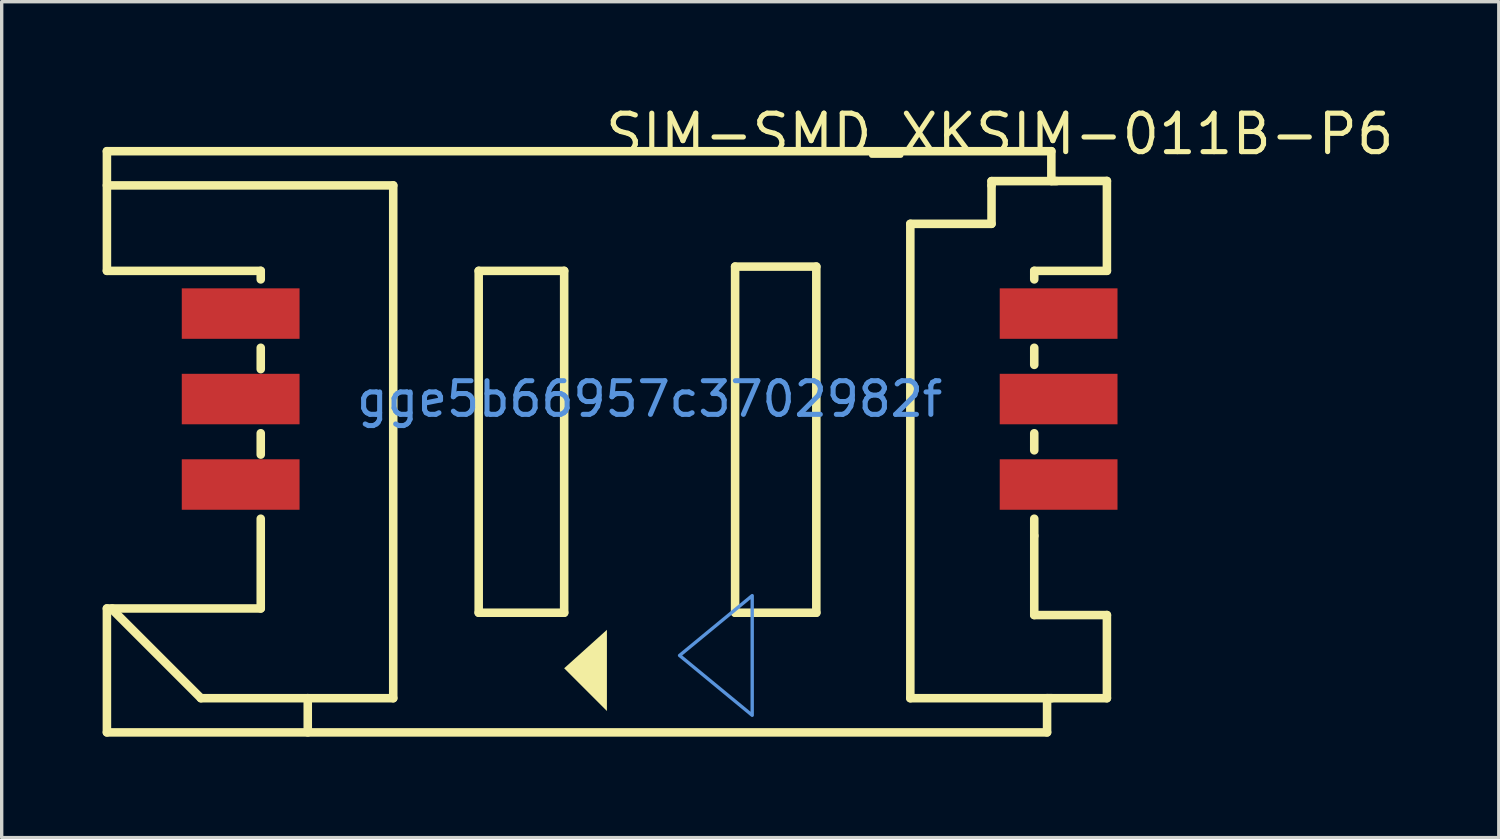
<source format=kicad_pcb>
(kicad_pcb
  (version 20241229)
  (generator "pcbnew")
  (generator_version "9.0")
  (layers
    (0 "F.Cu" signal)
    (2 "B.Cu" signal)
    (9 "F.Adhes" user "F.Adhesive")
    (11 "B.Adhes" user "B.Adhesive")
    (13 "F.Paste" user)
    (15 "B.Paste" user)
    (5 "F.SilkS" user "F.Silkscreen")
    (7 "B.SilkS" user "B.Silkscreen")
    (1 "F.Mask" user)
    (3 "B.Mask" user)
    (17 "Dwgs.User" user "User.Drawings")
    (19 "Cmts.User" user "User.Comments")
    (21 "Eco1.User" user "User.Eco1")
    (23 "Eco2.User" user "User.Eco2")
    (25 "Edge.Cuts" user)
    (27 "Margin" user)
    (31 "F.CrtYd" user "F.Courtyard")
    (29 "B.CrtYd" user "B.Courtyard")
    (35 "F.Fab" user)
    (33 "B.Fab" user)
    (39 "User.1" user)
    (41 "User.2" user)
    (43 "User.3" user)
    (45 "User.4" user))
  (footprint "SIM-SMD_XKSIM-011B-P6"
    (layer "F.Cu")
    (at 16.256 8.809)
    (property "Reference" "SIM-SMD_XKSIM-011B-P6" (at -1.397 -7.874 0) (layer "F.SilkS") (effects (font (size 1.143 1.143) (thickness 0.152)) (justify left)))
    (attr smd)
    (fp_line (start -16.129 -7.366) (end -16.129 -3.81) (stroke (width 0.254) (type solid)) (layer "F.SilkS"))
    (fp_line (start -16.129 -3.81) (end -11.557 -3.81) (stroke (width 0.254) (type solid)) (layer "F.SilkS"))
    (fp_line (start -16.129 6.223) (end -11.557 6.223) (stroke (width 0.254) (type solid)) (layer "F.SilkS"))
    (fp_line (start -16.129 9.906) (end -16.129 6.223) (stroke (width 0.254) (type solid)) (layer "F.SilkS"))
    (fp_line (start -16.129 9.906) (end 11.811 9.906) (stroke (width 0.254) (type solid)) (layer "F.SilkS"))
    (fp_line (start -15.972 6.223) (end -15.972 6.253) (stroke (width 0.254) (type solid)) (layer "F.SilkS"))
    (fp_line (start -15.972 6.253) (end -13.335 8.89) (stroke (width 0.254) (type solid)) (layer "F.SilkS"))
    (fp_line (start -13.335 8.89) (end -10.16 8.89) (stroke (width 0.254) (type solid)) (layer "F.SilkS"))
    (fp_line (start -11.557 -3.81) (end -11.557 -3.556) (stroke (width 0.254) (type solid)) (layer "F.SilkS"))
    (fp_line (start -11.557 -0.889) (end -11.557 -1.524) (stroke (width 0.254) (type solid)) (layer "F.SilkS"))
    (fp_line (start -11.557 1.651) (end -11.557 1.016) (stroke (width 0.254) (type solid)) (layer "F.SilkS"))
    (fp_line (start -11.557 6.223) (end -11.557 3.556) (stroke (width 0.254) (type solid)) (layer "F.SilkS"))
    (fp_line (start -10.16 8.89) (end -10.16 9.906) (stroke (width 0.254) (type solid)) (layer "F.SilkS"))
    (fp_line (start -10.16 8.89) (end -7.62 8.89) (stroke (width 0.254) (type solid)) (layer "F.SilkS"))
    (fp_line (start -7.62 -6.35) (end -16.129 -6.35) (stroke (width 0.254) (type solid)) (layer "F.SilkS"))
    (fp_line (start -7.62 8.89) (end -7.62 -6.35) (stroke (width 0.254) (type solid)) (layer "F.SilkS"))
    (fp_line (start -5.08 -3.81) (end -2.54 -3.81) (stroke (width 0.254) (type solid)) (layer "F.SilkS"))
    (fp_line (start -5.08 6.35) (end -5.08 -3.81) (stroke (width 0.254) (type solid)) (layer "F.SilkS"))
    (fp_line (start -2.54 -3.81) (end -2.54 6.35) (stroke (width 0.254) (type solid)) (layer "F.SilkS"))
    (fp_line (start -2.54 6.35) (end -5.08 6.35) (stroke (width 0.254) (type solid)) (layer "F.SilkS"))
    (fp_line (start 2.54 -3.937) (end 4.953 -3.937) (stroke (width 0.254) (type solid)) (layer "F.SilkS"))
    (fp_line (start 2.54 6.35) (end 2.54 -3.937) (stroke (width 0.254) (type solid)) (layer "F.SilkS"))
    (fp_line (start 4.953 -3.937) (end 4.953 6.35) (stroke (width 0.254) (type solid)) (layer "F.SilkS"))
    (fp_line (start 4.953 6.35) (end 2.54 6.35) (stroke (width 0.254) (type solid)) (layer "F.SilkS"))
    (fp_line (start 7.747 -5.207) (end 10.16 -5.207) (stroke (width 0.254) (type solid)) (layer "F.SilkS"))
    (fp_line (start 7.747 8.89) (end 7.747 -5.207) (stroke (width 0.254) (type solid)) (layer "F.SilkS"))
    (fp_line (start 10.16 -6.477) (end 12.099 -6.477) (stroke (width 0.254) (type solid)) (layer "F.SilkS"))
    (fp_line (start 10.16 -6.35) (end 10.16 -6.477) (stroke (width 0.254) (type solid)) (layer "F.SilkS"))
    (fp_line (start 10.16 -5.207) (end 10.16 -6.35) (stroke (width 0.254) (type solid)) (layer "F.SilkS"))
    (fp_line (start 11.43 -3.81) (end 11.43 -3.556) (stroke (width 0.254) (type solid)) (layer "F.SilkS"))
    (fp_line (start 11.43 -1.016) (end 11.43 -1.524) (stroke (width 0.254) (type solid)) (layer "F.SilkS"))
    (fp_line (start 11.43 1.524) (end 11.43 1.016) (stroke (width 0.254) (type solid)) (layer "F.SilkS"))
    (fp_line (start 11.43 4.064) (end 11.43 3.556) (stroke (width 0.254) (type solid)) (layer "F.SilkS"))
    (fp_line (start 11.43 6.419) (end 11.43 4.064) (stroke (width 0.254) (type solid)) (layer "F.SilkS"))
    (fp_line (start 11.811 8.89) (end 13.589 8.89) (stroke (width 0.254) (type solid)) (layer "F.SilkS"))
    (fp_line (start 11.811 9.906) (end 11.811 8.89) (stroke (width 0.254) (type solid)) (layer "F.SilkS"))
    (fp_line (start 11.938 -7.366) (end -16.129 -7.366) (stroke (width 0.254) (type solid)) (layer "F.SilkS"))
    (fp_line (start 11.938 -6.481) (end 11.938 -7.366) (stroke (width 0.254) (type solid)) (layer "F.SilkS"))
    (fp_line (start 11.948 8.89) (end 7.747 8.89) (stroke (width 0.254) (type solid)) (layer "F.SilkS"))
    (fp_line (start 13.589 -6.481) (end 11.938 -6.481) (stroke (width 0.254) (type solid)) (layer "F.SilkS"))
    (fp_line (start 13.589 -3.81) (end 11.43 -3.81) (stroke (width 0.254) (type solid)) (layer "F.SilkS"))
    (fp_line (start 13.589 -3.81) (end 13.589 -6.481) (stroke (width 0.254) (type solid)) (layer "F.SilkS"))
    (fp_line (start 13.589 6.419) (end 11.43 6.419) (stroke (width 0.254) (type solid)) (layer "F.SilkS"))
    (fp_line (start 13.589 8.89) (end 13.589 6.419) (stroke (width 0.254) (type solid)) (layer "F.SilkS"))
    (fp_poly (pts (xy -1.27 6.858) (xy -1.27 9.271) (xy -2.54 8.001)) (stroke (width 0) (type solid)) (fill yes) (layer "F.SilkS"))
    (fp_poly (pts (xy 3.048 5.842) (xy 3.048 9.398) (xy 0.889 7.62)) (stroke (width 0.1) (type solid)) (fill no) (layer "Cmts.User"))
    (fp_text user "gge5b66957c3702982f" (at 0 0 0) (layer "Cmts.User") (effects (font (size 1 1) (thickness 0.15))))
    (pad "1" smd rect (at 12.154 -2.54 90) (size 1.5 3.5) (layers "F.Cu" "F.Mask" "F.Paste"))
    (pad "2" smd rect (at 12.154 0 90) (size 1.5 3.5) (layers "F.Cu" "F.Mask" "F.Paste"))
    (pad "3" smd rect (at 12.154 2.54 90) (size 1.5 3.5) (layers "F.Cu" "F.Mask" "F.Paste"))
    (pad "4" smd rect (at -12.154 -2.54 90) (size 1.5 3.5) (layers "F.Cu" "F.Mask" "F.Paste"))
    (pad "5" smd rect (at -12.154 0 90) (size 1.5 3.5) (layers "F.Cu" "F.Mask" "F.Paste"))
    (pad "6" smd rect (at -12.154 2.54 90) (size 1.5 3.5) (layers "F.Cu" "F.Mask" "F.Paste")))
  (gr_rect
    (start -3 -3)
    (end 41.491 21.842)
    (stroke (width 0.1) (type default))
    (fill no)
    (layer "Edge.Cuts")))
</source>
